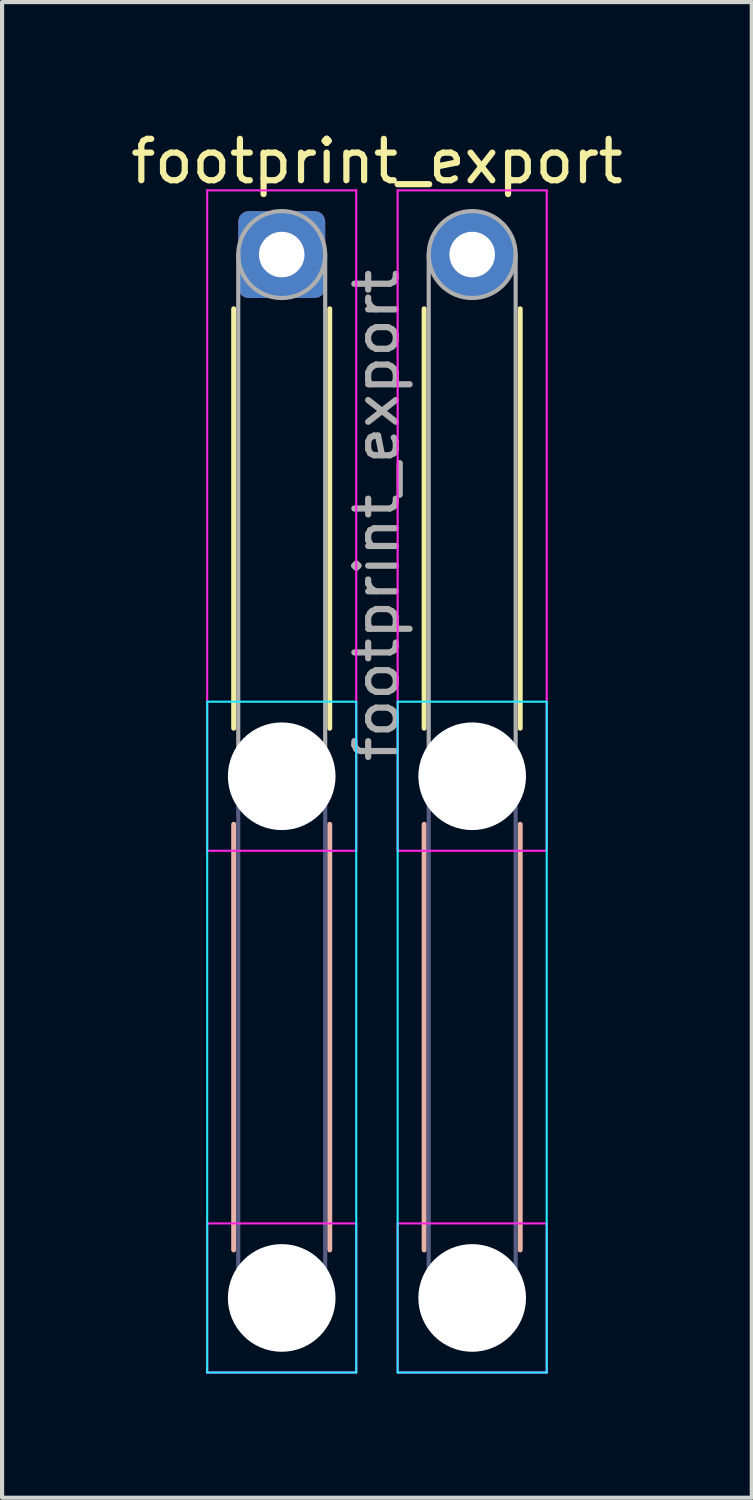
<source format=kicad_pcb>
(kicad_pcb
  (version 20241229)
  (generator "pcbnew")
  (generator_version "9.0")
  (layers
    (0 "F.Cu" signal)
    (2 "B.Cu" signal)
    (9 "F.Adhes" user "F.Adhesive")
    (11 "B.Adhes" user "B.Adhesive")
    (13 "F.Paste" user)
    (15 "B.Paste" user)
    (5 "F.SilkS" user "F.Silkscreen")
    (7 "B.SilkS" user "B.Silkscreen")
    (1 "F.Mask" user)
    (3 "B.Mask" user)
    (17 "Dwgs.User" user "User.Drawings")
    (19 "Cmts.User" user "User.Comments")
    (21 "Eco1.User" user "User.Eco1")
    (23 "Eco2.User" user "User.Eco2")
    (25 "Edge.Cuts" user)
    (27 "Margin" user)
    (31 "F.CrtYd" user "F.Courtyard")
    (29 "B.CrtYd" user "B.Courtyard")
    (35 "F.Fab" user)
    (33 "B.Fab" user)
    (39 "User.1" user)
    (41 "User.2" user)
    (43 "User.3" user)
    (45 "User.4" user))
  (footprint "footprint_export"
    (layer "F.Cu")
    (at 3.754 3.098)
    (property "Reference" "footprint_export" (at 2.3 -2.25 0) (layer "F.SilkS") (effects (font (size 1 1) (thickness 0.15))))
    (attr exclude_from_pos_files exclude_from_bom)
    (fp_line (start -1.16 1.31) (end -1.16 11.44) (stroke (width 0.12) (type solid)) (layer "F.SilkS"))
    (fp_line (start 1.16 1.31) (end 1.16 11.44) (stroke (width 0.12) (type solid)) (layer "F.SilkS"))
    (fp_line (start 3.44 1.31) (end 3.44 11.44) (stroke (width 0.12) (type solid)) (layer "F.SilkS"))
    (fp_line (start 5.76 1.31) (end 5.76 11.44) (stroke (width 0.12) (type solid)) (layer "F.SilkS"))
    (fp_line (start -1.16 13.76) (end -1.16 24.04) (stroke (width 0.12) (type solid)) (layer "B.SilkS"))
    (fp_line (start 1.16 13.76) (end 1.16 24.04) (stroke (width 0.12) (type solid)) (layer "B.SilkS"))
    (fp_line (start 3.44 13.76) (end 3.44 24.04) (stroke (width 0.12) (type solid)) (layer "B.SilkS"))
    (fp_line (start 5.76 13.76) (end 5.76 24.04) (stroke (width 0.12) (type solid)) (layer "B.SilkS"))
    (fp_line (start -1.8 10.8) (end -1.8 27) (stroke (width 0.05) (type solid)) (layer "B.CrtYd"))
    (fp_line (start -1.8 27) (end 1.8 27) (stroke (width 0.05) (type solid)) (layer "B.CrtYd"))
    (fp_line (start 1.8 10.8) (end -1.8 10.8) (stroke (width 0.05) (type solid)) (layer "B.CrtYd"))
    (fp_line (start 1.8 27) (end 1.8 10.8) (stroke (width 0.05) (type solid)) (layer "B.CrtYd"))
    (fp_line (start 2.8 10.8) (end 2.8 27) (stroke (width 0.05) (type solid)) (layer "B.CrtYd"))
    (fp_line (start 2.8 27) (end 6.4 27) (stroke (width 0.05) (type solid)) (layer "B.CrtYd"))
    (fp_line (start 6.4 10.8) (end 2.8 10.8) (stroke (width 0.05) (type solid)) (layer "B.CrtYd"))
    (fp_line (start 6.4 27) (end 6.4 10.8) (stroke (width 0.05) (type solid)) (layer "B.CrtYd"))
    (fp_line (start -1.8 -1.55) (end -1.8 14.4) (stroke (width 0.05) (type solid)) (layer "F.CrtYd"))
    (fp_line (start -1.8 14.4) (end 1.8 14.4) (stroke (width 0.05) (type solid)) (layer "F.CrtYd"))
    (fp_line (start -1.8 23.4) (end -1.8 27) (stroke (width 0.05) (type solid)) (layer "F.CrtYd"))
    (fp_line (start -1.8 27) (end 1.8 27) (stroke (width 0.05) (type solid)) (layer "F.CrtYd"))
    (fp_line (start 1.8 -1.55) (end -1.8 -1.55) (stroke (width 0.05) (type solid)) (layer "F.CrtYd"))
    (fp_line (start 1.8 14.4) (end 1.8 -1.55) (stroke (width 0.05) (type solid)) (layer "F.CrtYd"))
    (fp_line (start 1.8 23.4) (end -1.8 23.4) (stroke (width 0.05) (type solid)) (layer "F.CrtYd"))
    (fp_line (start 1.8 27) (end 1.8 23.4) (stroke (width 0.05) (type solid)) (layer "F.CrtYd"))
    (fp_line (start 2.8 -1.55) (end 2.8 14.4) (stroke (width 0.05) (type solid)) (layer "F.CrtYd"))
    (fp_line (start 2.8 14.4) (end 6.4 14.4) (stroke (width 0.05) (type solid)) (layer "F.CrtYd"))
    (fp_line (start 2.8 23.4) (end 2.8 27) (stroke (width 0.05) (type solid)) (layer "F.CrtYd"))
    (fp_line (start 2.8 27) (end 6.4 27) (stroke (width 0.05) (type solid)) (layer "F.CrtYd"))
    (fp_line (start 6.4 -1.55) (end 2.8 -1.55) (stroke (width 0.05) (type solid)) (layer "F.CrtYd"))
    (fp_line (start 6.4 14.4) (end 6.4 -1.55) (stroke (width 0.05) (type solid)) (layer "F.CrtYd"))
    (fp_line (start 6.4 23.4) (end 2.8 23.4) (stroke (width 0.05) (type solid)) (layer "F.CrtYd"))
    (fp_line (start 6.4 27) (end 6.4 23.4) (stroke (width 0.05) (type solid)) (layer "F.CrtYd"))
    (fp_line (start -1.05 12.6) (end -1.05 25.2) (stroke (width 0.1) (type solid)) (layer "B.Fab"))
    (fp_line (start 1.05 12.6) (end 1.05 25.2) (stroke (width 0.1) (type solid)) (layer "B.Fab"))
    (fp_line (start 3.55 12.6) (end 3.55 25.2) (stroke (width 0.1) (type solid)) (layer "B.Fab"))
    (fp_line (start 5.65 12.6) (end 5.65 25.2) (stroke (width 0.1) (type solid)) (layer "B.Fab"))
    (fp_circle (center 0 12.6) (end 1.05 12.6) (stroke (width 0.1) (type solid)) (fill no) (layer "B.Fab"))
    (fp_circle (center 0 25.2) (end 1.05 25.2) (stroke (width 0.1) (type solid)) (fill no) (layer "B.Fab"))
    (fp_circle (center 4.6 12.6) (end 5.65 12.6) (stroke (width 0.1) (type solid)) (fill no) (layer "B.Fab"))
    (fp_circle (center 4.6 25.2) (end 5.65 25.2) (stroke (width 0.1) (type solid)) (fill no) (layer "B.Fab"))
    (fp_line (start -1.05 0) (end -1.05 12.6) (stroke (width 0.1) (type solid)) (layer "F.Fab"))
    (fp_line (start 1.05 0) (end 1.05 12.6) (stroke (width 0.1) (type solid)) (layer "F.Fab"))
    (fp_line (start 3.55 0) (end 3.55 12.6) (stroke (width 0.1) (type solid)) (layer "F.Fab"))
    (fp_line (start 5.65 0) (end 5.65 12.6) (stroke (width 0.1) (type solid)) (layer "F.Fab"))
    (fp_circle (center 0 0) (end 1.05 0) (stroke (width 0.1) (type solid)) (fill no) (layer "F.Fab"))
    (fp_circle (center 0 12.6) (end 1.05 12.6) (stroke (width 0.1) (type solid)) (fill no) (layer "F.Fab"))
    (fp_circle (center 0 25.2) (end 1.05 25.2) (stroke (width 0.1) (type solid)) (fill no) (layer "F.Fab"))
    (fp_circle (center 4.6 0) (end 5.65 0) (stroke (width 0.1) (type solid)) (fill no) (layer "F.Fab"))
    (fp_circle (center 4.6 12.6) (end 5.65 12.6) (stroke (width 0.1) (type solid)) (fill no) (layer "F.Fab"))
    (fp_circle (center 4.6 25.2) (end 5.65 25.2) (stroke (width 0.1) (type solid)) (fill no) (layer "F.Fab"))
    (fp_text user "${REFERENCE}" (at 2.3 6.3 90) (layer "F.Fab") (effects (font (size 1 1) (thickness 0.15))))
    (pad "" np_thru_hole circle (at 0 12.6) (size 2.6 2.6) (drill 2.6) (layers "*.Cu" "*.Mask"))
    (pad "" np_thru_hole circle (at 0 25.2) (size 2.6 2.6) (drill 2.6) (layers "*.Cu" "*.Mask"))
    (pad "" np_thru_hole circle (at 4.6 12.6) (size 2.6 2.6) (drill 2.6) (layers "*.Cu" "*.Mask"))
    (pad "" np_thru_hole circle (at 4.6 25.2) (size 2.6 2.6) (drill 2.6) (layers "*.Cu" "*.Mask"))
    (pad "1" thru_hole roundrect (at 0 0) (size 2.1 2.1) (drill 1.1) (layers "*.Cu" "*.Mask") (roundrect_rratio 0.119))
    (pad "2" thru_hole circle (at 4.6 0) (size 2.1 2.1) (drill 1.1) (layers "*.Cu" "*.Mask")))
  (gr_rect
    (start -3 -3)
    (end 15.107 33.123)
    (stroke (width 0.1) (type default))
    (fill no)
    (layer "Edge.Cuts")))
</source>
